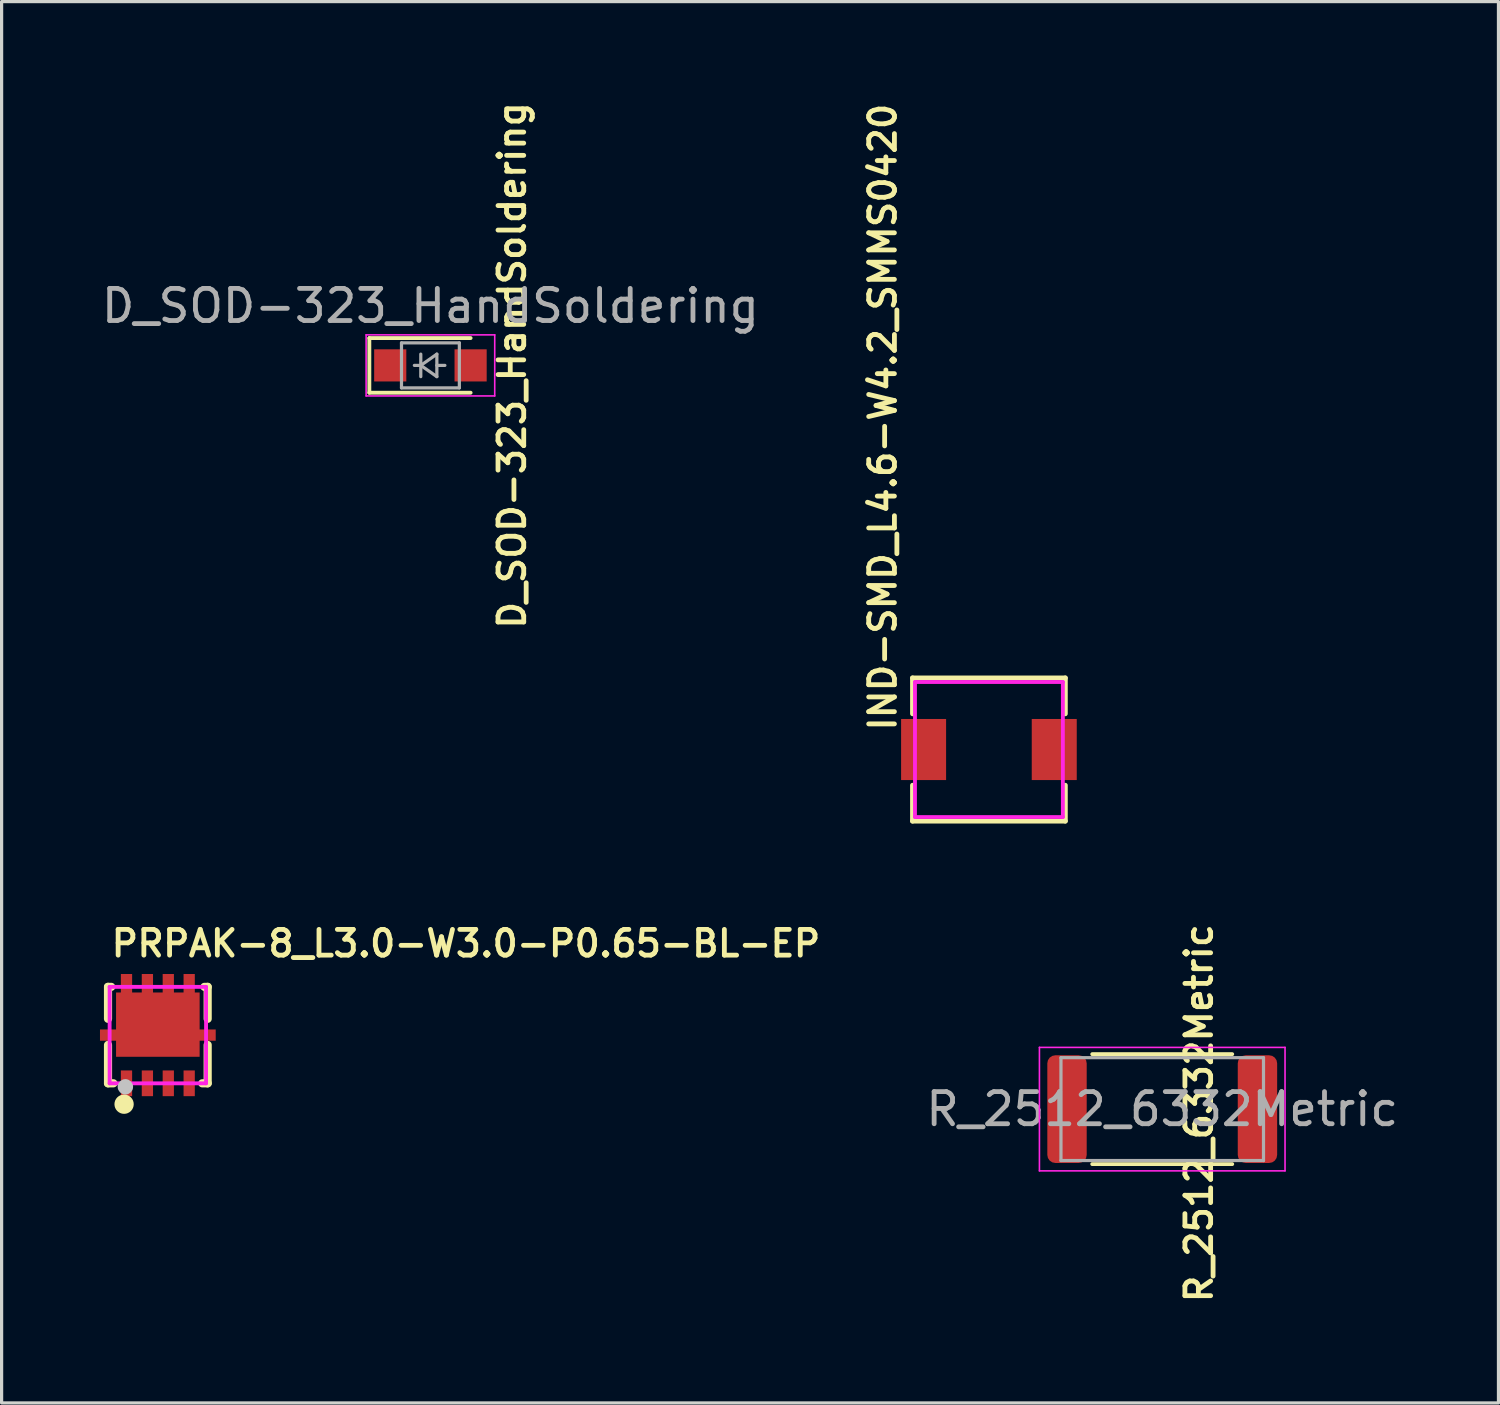
<source format=kicad_pcb>
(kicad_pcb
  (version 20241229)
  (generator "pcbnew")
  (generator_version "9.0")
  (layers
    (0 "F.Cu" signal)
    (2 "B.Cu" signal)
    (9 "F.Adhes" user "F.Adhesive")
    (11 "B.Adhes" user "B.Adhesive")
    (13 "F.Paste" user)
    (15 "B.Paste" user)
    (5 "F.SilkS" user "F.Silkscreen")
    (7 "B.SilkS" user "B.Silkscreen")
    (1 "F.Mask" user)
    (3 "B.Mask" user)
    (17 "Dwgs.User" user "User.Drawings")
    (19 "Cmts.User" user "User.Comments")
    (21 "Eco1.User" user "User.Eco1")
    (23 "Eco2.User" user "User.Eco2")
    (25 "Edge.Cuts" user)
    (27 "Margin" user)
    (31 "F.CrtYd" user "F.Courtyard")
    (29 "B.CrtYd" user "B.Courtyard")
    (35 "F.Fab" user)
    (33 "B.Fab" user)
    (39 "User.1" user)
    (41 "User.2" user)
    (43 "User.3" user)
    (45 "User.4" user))
  (footprint "PRPAK-8_L3.0-W3.0-P0.65-BL-EP"
    (layer "F.Cu")
    (at 1.86 29.148)
    (property "Reference" "PRPAK-8_L3.0-W3.0-P0.65-BL-EP" (at -1.524 -2.85 0) (layer "F.SilkS") (effects (font (size 0.8 0.8) (thickness 0.15)) (justify left)))
    (attr through_hole)
    (fp_line (start -1.55 -1.5) (end -1.55 -0.506) (stroke (width 0.254) (type solid)) (layer "F.SilkS"))
    (fp_line (start -1.55 -1.5) (end -1.45 -1.5) (stroke (width 0.254) (type solid)) (layer "F.SilkS"))
    (fp_line (start -1.55 0.306) (end -1.55 1.5) (stroke (width 0.254) (type solid)) (layer "F.SilkS"))
    (fp_line (start -1.382 1.5) (end -1.55 1.5) (stroke (width 0.254) (type solid)) (layer "F.SilkS"))
    (fp_line (start 1.449 -1.5) (end 1.55 -1.5) (stroke (width 0.254) (type solid)) (layer "F.SilkS"))
    (fp_line (start 1.55 -1.5) (end 1.55 -0.506) (stroke (width 0.254) (type solid)) (layer "F.SilkS"))
    (fp_line (start 1.55 0.306) (end 1.55 1.5) (stroke (width 0.254) (type solid)) (layer "F.SilkS"))
    (fp_line (start 1.55 1.5) (end 1.381 1.5) (stroke (width 0.254) (type solid)) (layer "F.SilkS"))
    (fp_circle (center -1.05 2.15) (end -0.9 2.15) (stroke (width 0.3) (type solid)) (fill no) (layer "F.SilkS"))
    (fp_poly (pts (xy -1.15 1.1) (xy -0.8 1.1) (xy -0.8 1.9) (xy -1.15 1.9)) (stroke (width 0.12) (type solid)) (fill yes) (layer "F.Paste"))
    (fp_poly (pts (xy -0.5 1.1) (xy -0.15 1.1) (xy -0.15 1.9) (xy -0.5 1.9)) (stroke (width 0.12) (type solid)) (fill yes) (layer "F.Paste"))
    (fp_poly (pts (xy 0.15 1.1) (xy 0.5 1.1) (xy 0.5 1.9) (xy 0.15 1.9)) (stroke (width 0.12) (type solid)) (fill yes) (layer "F.Paste"))
    (fp_poly (pts (xy 0.8 1.1) (xy 1.15 1.1) (xy 1.15 1.9) (xy 0.8 1.9)) (stroke (width 0.12) (type solid)) (fill yes) (layer "F.Paste"))
    (fp_poly (pts (xy -0.8 -1.325) (xy -0.8 -1.9) (xy -1.15 -1.9) (xy -1.15 -1.325) (xy -1.3 -1.325) (xy -1.3 -0.175) (xy -1.8 -0.175) (xy -1.8 0.175) (xy -1.3 0.175) (xy -1.3 0.675) (xy 1.3 0.675) (xy 1.3 0.175) (xy 1.8 0.175) (xy 1.8 -0.175) (xy 1.3 -0.175) (xy 1.3 -1.325) (xy 1.15 -1.325) (xy 1.15 -1.9) (xy 0.8 -1.9) (xy 0.8 -1.325) (xy 0.5 -1.325) (xy 0.5 -1.9) (xy 0.15 -1.9) (xy 0.15 -1.325) (xy -0.15 -1.325) (xy -0.15 -1.9) (xy -0.5 -1.9) (xy -0.5 -1.325)) (stroke (width 0.12) (type solid)) (fill yes) (layer "F.Paste"))
    (fp_circle (center -1.01 1.61) (end -0.89 1.61) (stroke (width 0.24) (type solid)) (fill no) (layer "Dwgs.User"))
    (fp_circle (center -1.5 1.6) (end -1.47 1.6) (stroke (width 0.06) (type solid)) (fill no) (layer "Eco2.User"))
    (fp_poly (pts (xy -1.3 -1.325) (xy 1.3 -1.325) (xy 1.3 0.675) (xy -1.3 0.675)) (stroke (width 0.12) (type solid)) (fill no) (layer "Eco2.User"))
    (fp_poly (pts (xy -1.126 1.2) (xy -0.826 1.2) (xy -0.826 1.6) (xy -1.126 1.6)) (stroke (width 0.12) (type solid)) (fill no) (layer "Eco2.User"))
    (fp_poly (pts (xy -1.1 -0.15) (xy -1.1 0.15) (xy -1.5 0.15) (xy -1.5 -0.15)) (stroke (width 0.12) (type solid)) (fill no) (layer "Eco2.User"))
    (fp_poly (pts (xy -0.825 -1.2) (xy -1.125 -1.2) (xy -1.125 -1.6) (xy -0.825 -1.6)) (stroke (width 0.12) (type solid)) (fill no) (layer "Eco2.User"))
    (fp_poly (pts (xy -0.475 1.2) (xy -0.175 1.2) (xy -0.175 1.6) (xy -0.475 1.6)) (stroke (width 0.12) (type solid)) (fill no) (layer "Eco2.User"))
    (fp_poly (pts (xy -0.175 -1.2) (xy -0.475 -1.2) (xy -0.475 -1.6) (xy -0.175 -1.6)) (stroke (width 0.12) (type solid)) (fill no) (layer "Eco2.User"))
    (fp_poly (pts (xy 0.175 1.2) (xy 0.475 1.2) (xy 0.475 1.6) (xy 0.175 1.6)) (stroke (width 0.12) (type solid)) (fill no) (layer "Eco2.User"))
    (fp_poly (pts (xy 0.475 -1.2) (xy 0.175 -1.2) (xy 0.175 -1.6) (xy 0.475 -1.6)) (stroke (width 0.12) (type solid)) (fill no) (layer "Eco2.User"))
    (fp_poly (pts (xy 0.825 1.2) (xy 1.125 1.2) (xy 1.125 1.6) (xy 0.825 1.6)) (stroke (width 0.12) (type solid)) (fill no) (layer "Eco2.User"))
    (fp_poly (pts (xy 1.1 0.15) (xy 1.1 -0.15) (xy 1.5 -0.15) (xy 1.5 0.15)) (stroke (width 0.12) (type solid)) (fill no) (layer "Eco2.User"))
    (fp_poly (pts (xy 1.125 -1.2) (xy 0.825 -1.2) (xy 0.825 -1.6) (xy 1.125 -1.6)) (stroke (width 0.12) (type solid)) (fill no) (layer "Eco2.User"))
    (fp_line (start -1.5 -1.5) (end 1.5 -1.5) (stroke (width 0.12) (type solid)) (layer "F.CrtYd"))
    (fp_line (start -1.5 1.5) (end -1.5 -1.5) (stroke (width 0.12) (type solid)) (layer "F.CrtYd"))
    (fp_line (start 1.5 -1.5) (end 1.5 1.5) (stroke (width 0.12) (type solid)) (layer "F.CrtYd"))
    (fp_line (start 1.5 1.5) (end -1.5 1.5) (stroke (width 0.12) (type solid)) (layer "F.CrtYd"))
    (pad "1" smd rect (at -0.975 1.5) (size 0.35 0.8) (layers "F.Cu" "F.Mask" "F.Paste"))
    (pad "1" smd rect (at -0.325 1.5) (size 0.35 0.8) (layers "F.Cu" "F.Mask" "F.Paste"))
    (pad "1" smd rect (at 0.325 1.5) (size 0.35 0.8) (layers "F.Cu" "F.Mask" "F.Paste"))
    (pad "2" smd rect (at 0.975 1.5) (size 0.35 0.8) (layers "F.Cu" "F.Mask" "F.Paste"))
    (pad "3" smd rect (at -1.5 0) (size 0.6 0.35) (layers "F.Cu" "F.Mask" "F.Paste"))
    (pad "3" smd rect (at -0.975 -1.5) (size 0.35 0.8) (layers "F.Cu" "F.Mask" "F.Paste"))
    (pad "3" smd rect (at -0.325 -1.5) (size 0.35 0.8) (layers "F.Cu" "F.Mask" "F.Paste"))
    (pad "3" smd rect (at 0 -0.325) (size 2.6 2) (layers "F.Cu" "F.Mask" "F.Paste"))
    (pad "3" smd rect (at 0.325 -1.5) (size 0.35 0.8) (layers "F.Cu" "F.Mask" "F.Paste"))
    (pad "3" smd rect (at 0.975 -1.5) (size 0.35 0.8) (layers "F.Cu" "F.Mask" "F.Paste"))
    (pad "3" smd rect (at 1.5 0) (size 0.6 0.35) (layers "F.Cu" "F.Mask" "F.Paste")))
  (footprint "D_SOD-323_HandSoldering"
    (layer "F.Cu")
    (at 10.339 8.316)
    (property "Reference" "D_SOD-323_HandSoldering" (at 2.54 0 90) (layer "F.SilkS") (effects (font (size 0.8 0.8) (thickness 0.15))))
    (attr smd)
    (fp_line (start -1.9 -0.85) (end -1.9 0.85) (stroke (width 0.12) (type solid)) (layer "F.SilkS"))
    (fp_line (start -1.9 -0.85) (end 1.25 -0.85) (stroke (width 0.12) (type solid)) (layer "F.SilkS"))
    (fp_line (start -1.9 0.85) (end 1.25 0.85) (stroke (width 0.12) (type solid)) (layer "F.SilkS"))
    (fp_line (start -2 -0.95) (end -2 0.95) (stroke (width 0.05) (type solid)) (layer "F.CrtYd"))
    (fp_line (start -2 -0.95) (end 2 -0.95) (stroke (width 0.05) (type solid)) (layer "F.CrtYd"))
    (fp_line (start -2 0.95) (end 2 0.95) (stroke (width 0.05) (type solid)) (layer "F.CrtYd"))
    (fp_line (start 2 -0.95) (end 2 0.95) (stroke (width 0.05) (type solid)) (layer "F.CrtYd"))
    (fp_line (start -0.9 -0.7) (end 0.9 -0.7) (stroke (width 0.1) (type solid)) (layer "F.Fab"))
    (fp_line (start -0.9 0.7) (end -0.9 -0.7) (stroke (width 0.1) (type solid)) (layer "F.Fab"))
    (fp_line (start -0.3 -0.35) (end -0.3 0.35) (stroke (width 0.1) (type solid)) (layer "F.Fab"))
    (fp_line (start -0.3 0) (end -0.5 0) (stroke (width 0.1) (type solid)) (layer "F.Fab"))
    (fp_line (start -0.3 0) (end 0.2 -0.35) (stroke (width 0.1) (type solid)) (layer "F.Fab"))
    (fp_line (start 0.2 -0.35) (end 0.2 0.35) (stroke (width 0.1) (type solid)) (layer "F.Fab"))
    (fp_line (start 0.2 0) (end 0.45 0) (stroke (width 0.1) (type solid)) (layer "F.Fab"))
    (fp_line (start 0.2 0.35) (end -0.3 0) (stroke (width 0.1) (type solid)) (layer "F.Fab"))
    (fp_line (start 0.9 -0.7) (end 0.9 0.7) (stroke (width 0.1) (type solid)) (layer "F.Fab"))
    (fp_line (start 0.9 0.7) (end -0.9 0.7) (stroke (width 0.1) (type solid)) (layer "F.Fab"))
    (fp_text user "${REFERENCE}" (at 0 -1.85 0) (layer "F.Fab") (effects (font (size 1 1) (thickness 0.15))))
    (pad "1" smd rect (at -1.25 0 180) (size 1 1) (layers "F.Cu" "F.Mask" "F.Paste"))
    (pad "2" smd rect (at 1.25 0 180) (size 1 1) (layers "F.Cu" "F.Mask" "F.Paste")))
  (footprint "R_2512_6332Metric"
    (layer "F.Cu")
    (at 33.103 31.451)
    (property "Reference" "R_2512_6332Metric" (at 1.143 0.127 90) (layer "F.SilkS") (effects (font (size 0.8 0.8) (thickness 0.15))))
    (attr smd)
    (fp_line (start -2.177 -1.71) (end 2.177 -1.71) (stroke (width 0.12) (type solid)) (layer "F.SilkS"))
    (fp_line (start -2.177 1.71) (end 2.177 1.71) (stroke (width 0.12) (type solid)) (layer "F.SilkS"))
    (fp_line (start -3.82 -1.92) (end 3.82 -1.92) (stroke (width 0.05) (type solid)) (layer "F.CrtYd"))
    (fp_line (start -3.82 1.92) (end -3.82 -1.92) (stroke (width 0.05) (type solid)) (layer "F.CrtYd"))
    (fp_line (start 3.82 -1.92) (end 3.82 1.92) (stroke (width 0.05) (type solid)) (layer "F.CrtYd"))
    (fp_line (start 3.82 1.92) (end -3.82 1.92) (stroke (width 0.05) (type solid)) (layer "F.CrtYd"))
    (fp_line (start -3.15 -1.6) (end 3.15 -1.6) (stroke (width 0.1) (type solid)) (layer "F.Fab"))
    (fp_line (start -3.15 1.6) (end -3.15 -1.6) (stroke (width 0.1) (type solid)) (layer "F.Fab"))
    (fp_line (start 3.15 -1.6) (end 3.15 1.6) (stroke (width 0.1) (type solid)) (layer "F.Fab"))
    (fp_line (start 3.15 1.6) (end -3.15 1.6) (stroke (width 0.1) (type solid)) (layer "F.Fab"))
    (fp_text user "${REFERENCE}" (at 0 0 0) (layer "F.Fab") (effects (font (size 1 1) (thickness 0.15))))
    (pad "1" smd roundrect (at -2.962 0) (size 1.225 3.35) (layers "F.Cu" "F.Mask" "F.Paste") (roundrect_rratio 0.204))
    (pad "2" smd roundrect (at 2.962 0) (size 1.225 3.35) (layers "F.Cu" "F.Mask" "F.Paste") (roundrect_rratio 0.204)))
  (footprint "IND-SMD_L4.6-W4.2_SMMS0420"
    (layer "F.Cu")
    (at 27.712 20.265)
    (property "Reference" "IND-SMD_L4.6-W4.2_SMMS0420" (at -3.302 -0.508 90) (layer "F.SilkS") (effects (font (size 0.8 0.8) (thickness 0.15)) (justify left)))
    (attr through_hole)
    (fp_line (start -2.376 -2.226) (end 2.376 -2.226) (stroke (width 0.152) (type solid)) (layer "F.SilkS"))
    (fp_line (start -2.376 -1.112) (end -2.376 -2.226) (stroke (width 0.152) (type solid)) (layer "F.SilkS"))
    (fp_line (start -2.376 1.112) (end -2.376 2.226) (stroke (width 0.152) (type solid)) (layer "F.SilkS"))
    (fp_line (start -2.376 2.226) (end 2.376 2.226) (stroke (width 0.152) (type solid)) (layer "F.SilkS"))
    (fp_line (start 2.376 -2.226) (end 2.376 -1.112) (stroke (width 0.152) (type solid)) (layer "F.SilkS"))
    (fp_line (start 2.376 2.226) (end 2.376 1.112) (stroke (width 0.152) (type solid)) (layer "F.SilkS"))
    (fp_circle (center 2.3 -2.1) (end 2.33 -2.1) (stroke (width 0.06) (type solid)) (fill no) (layer "Eco2.User"))
    (fp_poly (pts (xy -2.3 -0.75) (xy -1.5 -0.75) (xy -1.5 0.75) (xy -2.3 0.75)) (stroke (width 0.12) (type solid)) (fill no) (layer "Eco2.User"))
    (fp_poly (pts (xy 1.5 -0.75) (xy 2.3 -0.75) (xy 2.3 0.75) (xy 1.5 0.75)) (stroke (width 0.12) (type solid)) (fill no) (layer "Eco2.User"))
    (fp_line (start -2.3 -2.1) (end 2.3 -2.1) (stroke (width 0.12) (type solid)) (layer "F.CrtYd"))
    (fp_line (start -2.3 2.1) (end -2.3 -2.1) (stroke (width 0.12) (type solid)) (layer "F.CrtYd"))
    (fp_line (start 2.3 -2.1) (end 2.3 2.1) (stroke (width 0.12) (type solid)) (layer "F.CrtYd"))
    (fp_line (start 2.3 2.1) (end -2.3 2.1) (stroke (width 0.12) (type solid)) (layer "F.CrtYd"))
    (pad "1" smd rect (at 2.032 0 180) (size 1.4 1.9) (layers "F.Cu" "F.Mask" "F.Paste"))
    (pad "2" smd rect (at -2.032 0 180) (size 1.4 1.9) (layers "F.Cu" "F.Mask" "F.Paste")))
  (gr_rect
    (start -3 -3)
    (end 43.562 40.59)
    (stroke (width 0.1) (type default))
    (fill no)
    (layer "Edge.Cuts")))
</source>
